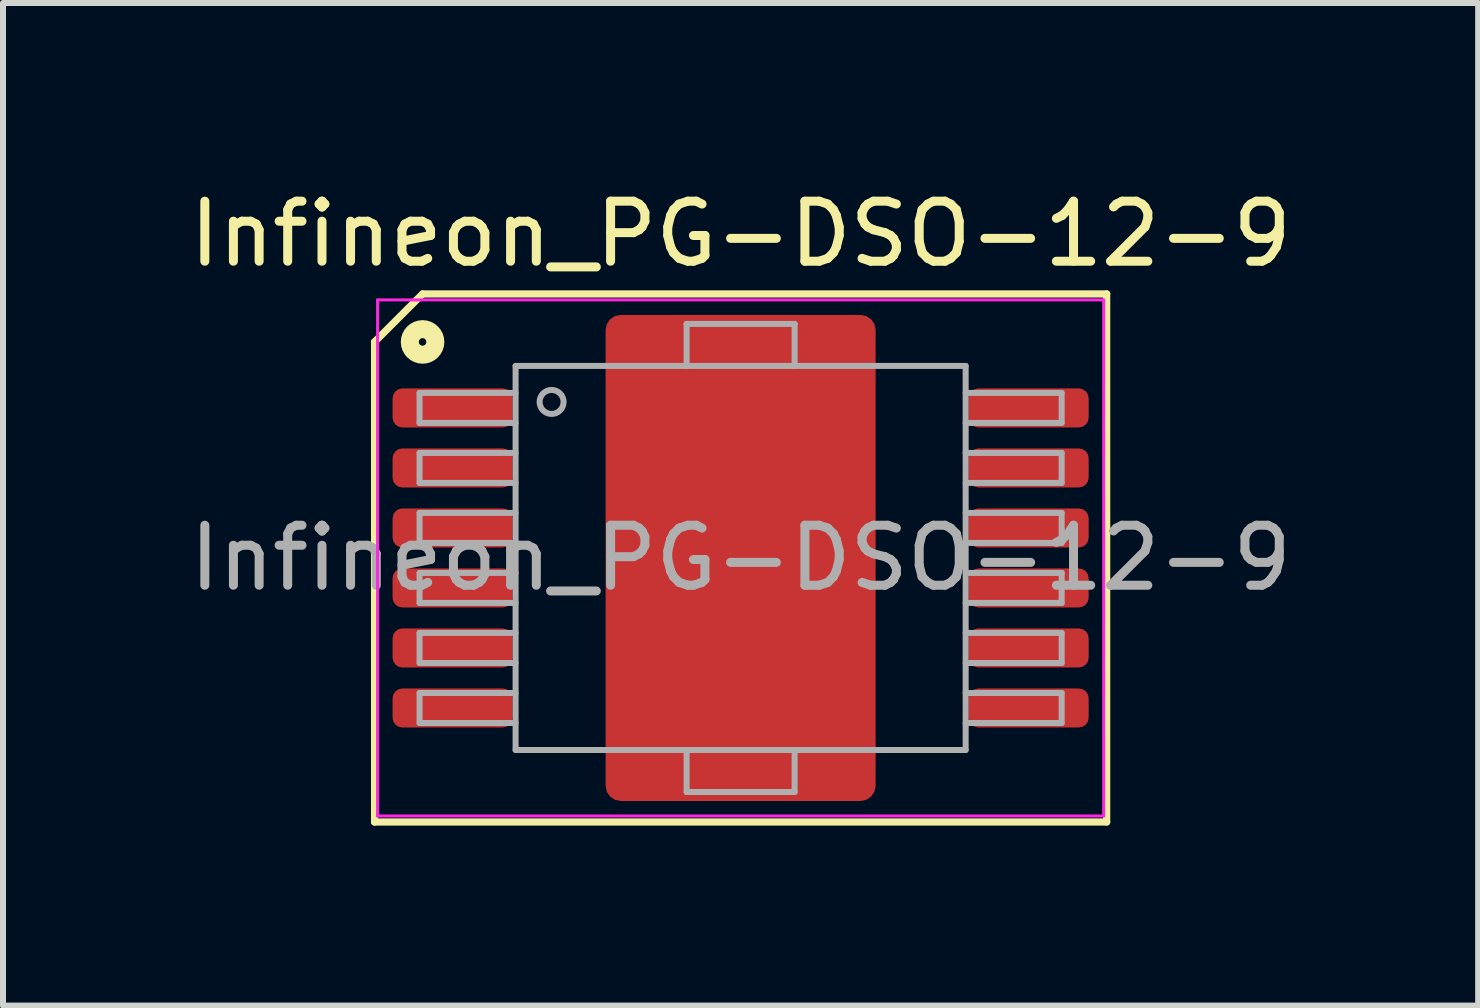
<source format=kicad_pcb>
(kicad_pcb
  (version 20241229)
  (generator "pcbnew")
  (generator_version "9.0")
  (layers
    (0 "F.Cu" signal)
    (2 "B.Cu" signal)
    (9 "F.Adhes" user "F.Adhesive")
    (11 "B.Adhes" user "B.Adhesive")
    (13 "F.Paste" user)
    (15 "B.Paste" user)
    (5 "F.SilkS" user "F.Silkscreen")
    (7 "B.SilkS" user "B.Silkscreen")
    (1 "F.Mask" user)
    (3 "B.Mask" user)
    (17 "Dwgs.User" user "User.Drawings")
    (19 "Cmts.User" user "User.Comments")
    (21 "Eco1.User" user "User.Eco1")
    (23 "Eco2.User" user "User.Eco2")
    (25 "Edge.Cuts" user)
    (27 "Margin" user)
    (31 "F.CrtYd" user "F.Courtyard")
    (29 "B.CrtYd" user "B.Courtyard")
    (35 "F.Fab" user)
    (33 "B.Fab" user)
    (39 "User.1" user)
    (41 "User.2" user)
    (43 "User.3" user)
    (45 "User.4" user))
  (footprint "Infineon_PG-DSO-12-9"
    (layer "F.Cu")
    (at 9.292 6.248)
    (property "Reference" "Infineon_PG-DSO-12-9" (at 0 -5.4 0) (layer "F.SilkS") (effects (font (size 1 1) (thickness 0.15))))
    (attr smd)
    (fp_line (start -6.1 -3.6) (end -6.1 4.4) (stroke (width 0.12) (type solid)) (layer "F.SilkS"))
    (fp_line (start -6.1 -3.6) (end -5.3 -4.4) (stroke (width 0.12) (type solid)) (layer "F.SilkS"))
    (fp_line (start -6.1 4.4) (end 6.1 4.4) (stroke (width 0.12) (type solid)) (layer "F.SilkS"))
    (fp_line (start 6.1 -4.4) (end -5.3 -4.4) (stroke (width 0.12) (type solid)) (layer "F.SilkS"))
    (fp_line (start 6.1 4.4) (end 6.1 -4.4) (stroke (width 0.12) (type solid)) (layer "F.SilkS"))
    (fp_circle (center -5.3 -3.6) (end -5.237 -3.6) (stroke (width 0.3) (type solid)) (fill no) (layer "F.SilkS"))
    (fp_line (start -6.05 -4.3) (end 6.05 -4.3) (stroke (width 0.05) (type solid)) (layer "F.CrtYd"))
    (fp_line (start -6.05 4.3) (end -6.05 -4.3) (stroke (width 0.05) (type solid)) (layer "F.CrtYd"))
    (fp_line (start 6.05 -4.3) (end 6.05 4.3) (stroke (width 0.05) (type solid)) (layer "F.CrtYd"))
    (fp_line (start 6.05 4.3) (end -6.05 4.3) (stroke (width 0.05) (type solid)) (layer "F.CrtYd"))
    (fp_line (start -5.35 -2.75) (end -5.35 -2.25) (stroke (width 0.1) (type solid)) (layer "F.Fab"))
    (fp_line (start -5.35 -2.75) (end -3.75 -2.75) (stroke (width 0.1) (type solid)) (layer "F.Fab"))
    (fp_line (start -5.35 -2.25) (end -3.75 -2.25) (stroke (width 0.1) (type solid)) (layer "F.Fab"))
    (fp_line (start -5.35 -1.75) (end -5.35 -1.25) (stroke (width 0.1) (type solid)) (layer "F.Fab"))
    (fp_line (start -5.35 -1.75) (end -3.75 -1.75) (stroke (width 0.1) (type solid)) (layer "F.Fab"))
    (fp_line (start -5.35 -1.25) (end -3.75 -1.25) (stroke (width 0.1) (type solid)) (layer "F.Fab"))
    (fp_line (start -5.35 -0.75) (end -5.35 -0.25) (stroke (width 0.1) (type solid)) (layer "F.Fab"))
    (fp_line (start -5.35 -0.75) (end -3.75 -0.75) (stroke (width 0.1) (type solid)) (layer "F.Fab"))
    (fp_line (start -5.35 -0.25) (end -3.75 -0.25) (stroke (width 0.1) (type solid)) (layer "F.Fab"))
    (fp_line (start -5.35 0.25) (end -5.35 0.75) (stroke (width 0.1) (type solid)) (layer "F.Fab"))
    (fp_line (start -5.35 0.25) (end -3.75 0.25) (stroke (width 0.1) (type solid)) (layer "F.Fab"))
    (fp_line (start -5.35 0.75) (end -3.75 0.75) (stroke (width 0.1) (type solid)) (layer "F.Fab"))
    (fp_line (start -5.35 1.25) (end -5.35 1.75) (stroke (width 0.1) (type solid)) (layer "F.Fab"))
    (fp_line (start -5.35 1.25) (end -3.75 1.25) (stroke (width 0.1) (type solid)) (layer "F.Fab"))
    (fp_line (start -5.35 1.75) (end -3.75 1.75) (stroke (width 0.1) (type solid)) (layer "F.Fab"))
    (fp_line (start -5.35 2.25) (end -5.35 2.75) (stroke (width 0.1) (type solid)) (layer "F.Fab"))
    (fp_line (start -5.35 2.25) (end -3.75 2.25) (stroke (width 0.1) (type solid)) (layer "F.Fab"))
    (fp_line (start -5.35 2.75) (end -3.75 2.75) (stroke (width 0.1) (type solid)) (layer "F.Fab"))
    (fp_line (start -3.75 -3.2) (end -0.9 -3.2) (stroke (width 0.1) (type solid)) (layer "F.Fab"))
    (fp_line (start -3.75 3.2) (end -3.75 -3.2) (stroke (width 0.1) (type solid)) (layer "F.Fab"))
    (fp_line (start -0.9 -3.9) (end 0.9 -3.9) (stroke (width 0.1) (type solid)) (layer "F.Fab"))
    (fp_line (start -0.9 -3.2) (end -0.9 -3.9) (stroke (width 0.1) (type solid)) (layer "F.Fab"))
    (fp_line (start -0.9 -3.2) (end 0.9 -3.2) (stroke (width 0.1) (type solid)) (layer "F.Fab"))
    (fp_line (start -0.9 3.2) (end -3.75 3.2) (stroke (width 0.1) (type solid)) (layer "F.Fab"))
    (fp_line (start -0.9 3.2) (end 0.9 3.2) (stroke (width 0.1) (type solid)) (layer "F.Fab"))
    (fp_line (start -0.9 3.9) (end -0.9 3.2) (stroke (width 0.1) (type solid)) (layer "F.Fab"))
    (fp_line (start 0.9 -3.9) (end 0.9 -3.2) (stroke (width 0.1) (type solid)) (layer "F.Fab"))
    (fp_line (start 0.9 -3.2) (end 3.75 -3.2) (stroke (width 0.1) (type solid)) (layer "F.Fab"))
    (fp_line (start 0.9 3.2) (end 0.9 3.9) (stroke (width 0.1) (type solid)) (layer "F.Fab"))
    (fp_line (start 0.9 3.9) (end -0.9 3.9) (stroke (width 0.1) (type solid)) (layer "F.Fab"))
    (fp_line (start 3.75 -3.2) (end 3.75 3.2) (stroke (width 0.1) (type solid)) (layer "F.Fab"))
    (fp_line (start 3.75 3.2) (end 0.9 3.2) (stroke (width 0.1) (type solid)) (layer "F.Fab"))
    (fp_line (start 5.35 -2.75) (end 3.75 -2.75) (stroke (width 0.1) (type solid)) (layer "F.Fab"))
    (fp_line (start 5.35 -2.25) (end 3.75 -2.25) (stroke (width 0.1) (type solid)) (layer "F.Fab"))
    (fp_line (start 5.35 -2.25) (end 5.35 -2.75) (stroke (width 0.1) (type solid)) (layer "F.Fab"))
    (fp_line (start 5.35 -1.75) (end 3.75 -1.75) (stroke (width 0.1) (type solid)) (layer "F.Fab"))
    (fp_line (start 5.35 -1.25) (end 3.75 -1.25) (stroke (width 0.1) (type solid)) (layer "F.Fab"))
    (fp_line (start 5.35 -1.25) (end 5.35 -1.75) (stroke (width 0.1) (type solid)) (layer "F.Fab"))
    (fp_line (start 5.35 -0.75) (end 3.75 -0.75) (stroke (width 0.1) (type solid)) (layer "F.Fab"))
    (fp_line (start 5.35 -0.25) (end 3.75 -0.25) (stroke (width 0.1) (type solid)) (layer "F.Fab"))
    (fp_line (start 5.35 -0.25) (end 5.35 -0.75) (stroke (width 0.1) (type solid)) (layer "F.Fab"))
    (fp_line (start 5.35 0.25) (end 3.75 0.25) (stroke (width 0.1) (type solid)) (layer "F.Fab"))
    (fp_line (start 5.35 0.75) (end 3.75 0.75) (stroke (width 0.1) (type solid)) (layer "F.Fab"))
    (fp_line (start 5.35 0.75) (end 5.35 0.25) (stroke (width 0.1) (type solid)) (layer "F.Fab"))
    (fp_line (start 5.35 1.25) (end 3.75 1.25) (stroke (width 0.1) (type solid)) (layer "F.Fab"))
    (fp_line (start 5.35 1.75) (end 3.75 1.75) (stroke (width 0.1) (type solid)) (layer "F.Fab"))
    (fp_line (start 5.35 1.75) (end 5.35 1.25) (stroke (width 0.1) (type solid)) (layer "F.Fab"))
    (fp_line (start 5.35 2.25) (end 3.75 2.25) (stroke (width 0.1) (type solid)) (layer "F.Fab"))
    (fp_line (start 5.35 2.75) (end 3.75 2.75) (stroke (width 0.1) (type solid)) (layer "F.Fab"))
    (fp_line (start 5.35 2.75) (end 5.35 2.25) (stroke (width 0.1) (type solid)) (layer "F.Fab"))
    (fp_circle (center -3.15 -2.6) (end -2.95 -2.6) (stroke (width 0.1) (type solid)) (fill no) (layer "F.Fab"))
    (fp_text user "${REFERENCE}" (at 0 0 0) (layer "F.Fab") (effects (font (size 1 1) (thickness 0.15))))
    (pad "" smd roundrect (at -1.125 -2.92) (size 1.95 1.16) (layers "F.Paste") (roundrect_rratio 0.216))
    (pad "" smd roundrect (at -1.125 -1.46) (size 1.95 1.16) (layers "F.Paste") (roundrect_rratio 0.216))
    (pad "" smd roundrect (at -1.125 0) (size 1.95 1.16) (layers "F.Paste") (roundrect_rratio 0.216))
    (pad "" smd roundrect (at -1.125 1.46) (size 1.95 1.16) (layers "F.Paste") (roundrect_rratio 0.216))
    (pad "" smd roundrect (at -1.125 2.92) (size 1.95 1.16) (layers "F.Paste") (roundrect_rratio 0.216))
    (pad "" smd roundrect (at 1.125 -2.92) (size 1.95 1.16) (layers "F.Paste") (roundrect_rratio 0.216))
    (pad "" smd roundrect (at 1.125 -1.46) (size 1.95 1.16) (layers "F.Paste") (roundrect_rratio 0.216))
    (pad "" smd roundrect (at 1.125 0) (size 1.95 1.16) (layers "F.Paste") (roundrect_rratio 0.216))
    (pad "" smd roundrect (at 1.125 1.46) (size 1.95 1.16) (layers "F.Paste") (roundrect_rratio 0.216))
    (pad "" smd roundrect (at 1.125 2.92) (size 1.95 1.16) (layers "F.Paste") (roundrect_rratio 0.216))
    (pad "1" smd roundrect (at -4.8 -2.5) (size 2 0.65) (layers "F.Cu" "F.Mask" "F.Paste") (roundrect_rratio 0.25))
    (pad "2" smd roundrect (at -4.8 -1.5) (size 2 0.65) (layers "F.Cu" "F.Mask" "F.Paste") (roundrect_rratio 0.25))
    (pad "3" smd roundrect (at -4.8 -0.5) (size 2 0.65) (layers "F.Cu" "F.Mask" "F.Paste") (roundrect_rratio 0.25))
    (pad "4" smd roundrect (at -4.8 0.5) (size 2 0.65) (layers "F.Cu" "F.Mask" "F.Paste") (roundrect_rratio 0.25))
    (pad "5" smd roundrect (at -4.8 1.5) (size 2 0.65) (layers "F.Cu" "F.Mask" "F.Paste") (roundrect_rratio 0.25))
    (pad "6" smd roundrect (at -4.8 2.5) (size 2 0.65) (layers "F.Cu" "F.Mask" "F.Paste") (roundrect_rratio 0.25))
    (pad "7" smd roundrect (at 4.8 2.5) (size 2 0.65) (layers "F.Cu" "F.Mask" "F.Paste") (roundrect_rratio 0.25))
    (pad "8" smd roundrect (at 4.8 1.5) (size 2 0.65) (layers "F.Cu" "F.Mask" "F.Paste") (roundrect_rratio 0.25))
    (pad "9" smd roundrect (at 4.8 0.5) (size 2 0.65) (layers "F.Cu" "F.Mask" "F.Paste") (roundrect_rratio 0.25))
    (pad "10" smd roundrect (at 4.8 -0.5) (size 2 0.65) (layers "F.Cu" "F.Mask" "F.Paste") (roundrect_rratio 0.25))
    (pad "11" smd roundrect (at 4.8 -1.5) (size 2 0.65) (layers "F.Cu" "F.Mask" "F.Paste") (roundrect_rratio 0.25))
    (pad "12" smd roundrect (at 4.8 -2.5) (size 2 0.65) (layers "F.Cu" "F.Mask" "F.Paste") (roundrect_rratio 0.25))
    (pad "13" smd roundrect (at 0 0) (size 4.5 8.1) (layers "F.Cu" "F.Mask") (roundrect_rratio 0.056)))
  (gr_rect
    (start -3 -3)
    (end 21.583 13.708)
    (stroke (width 0.1) (type default))
    (fill no)
    (layer "Edge.Cuts")))
</source>
